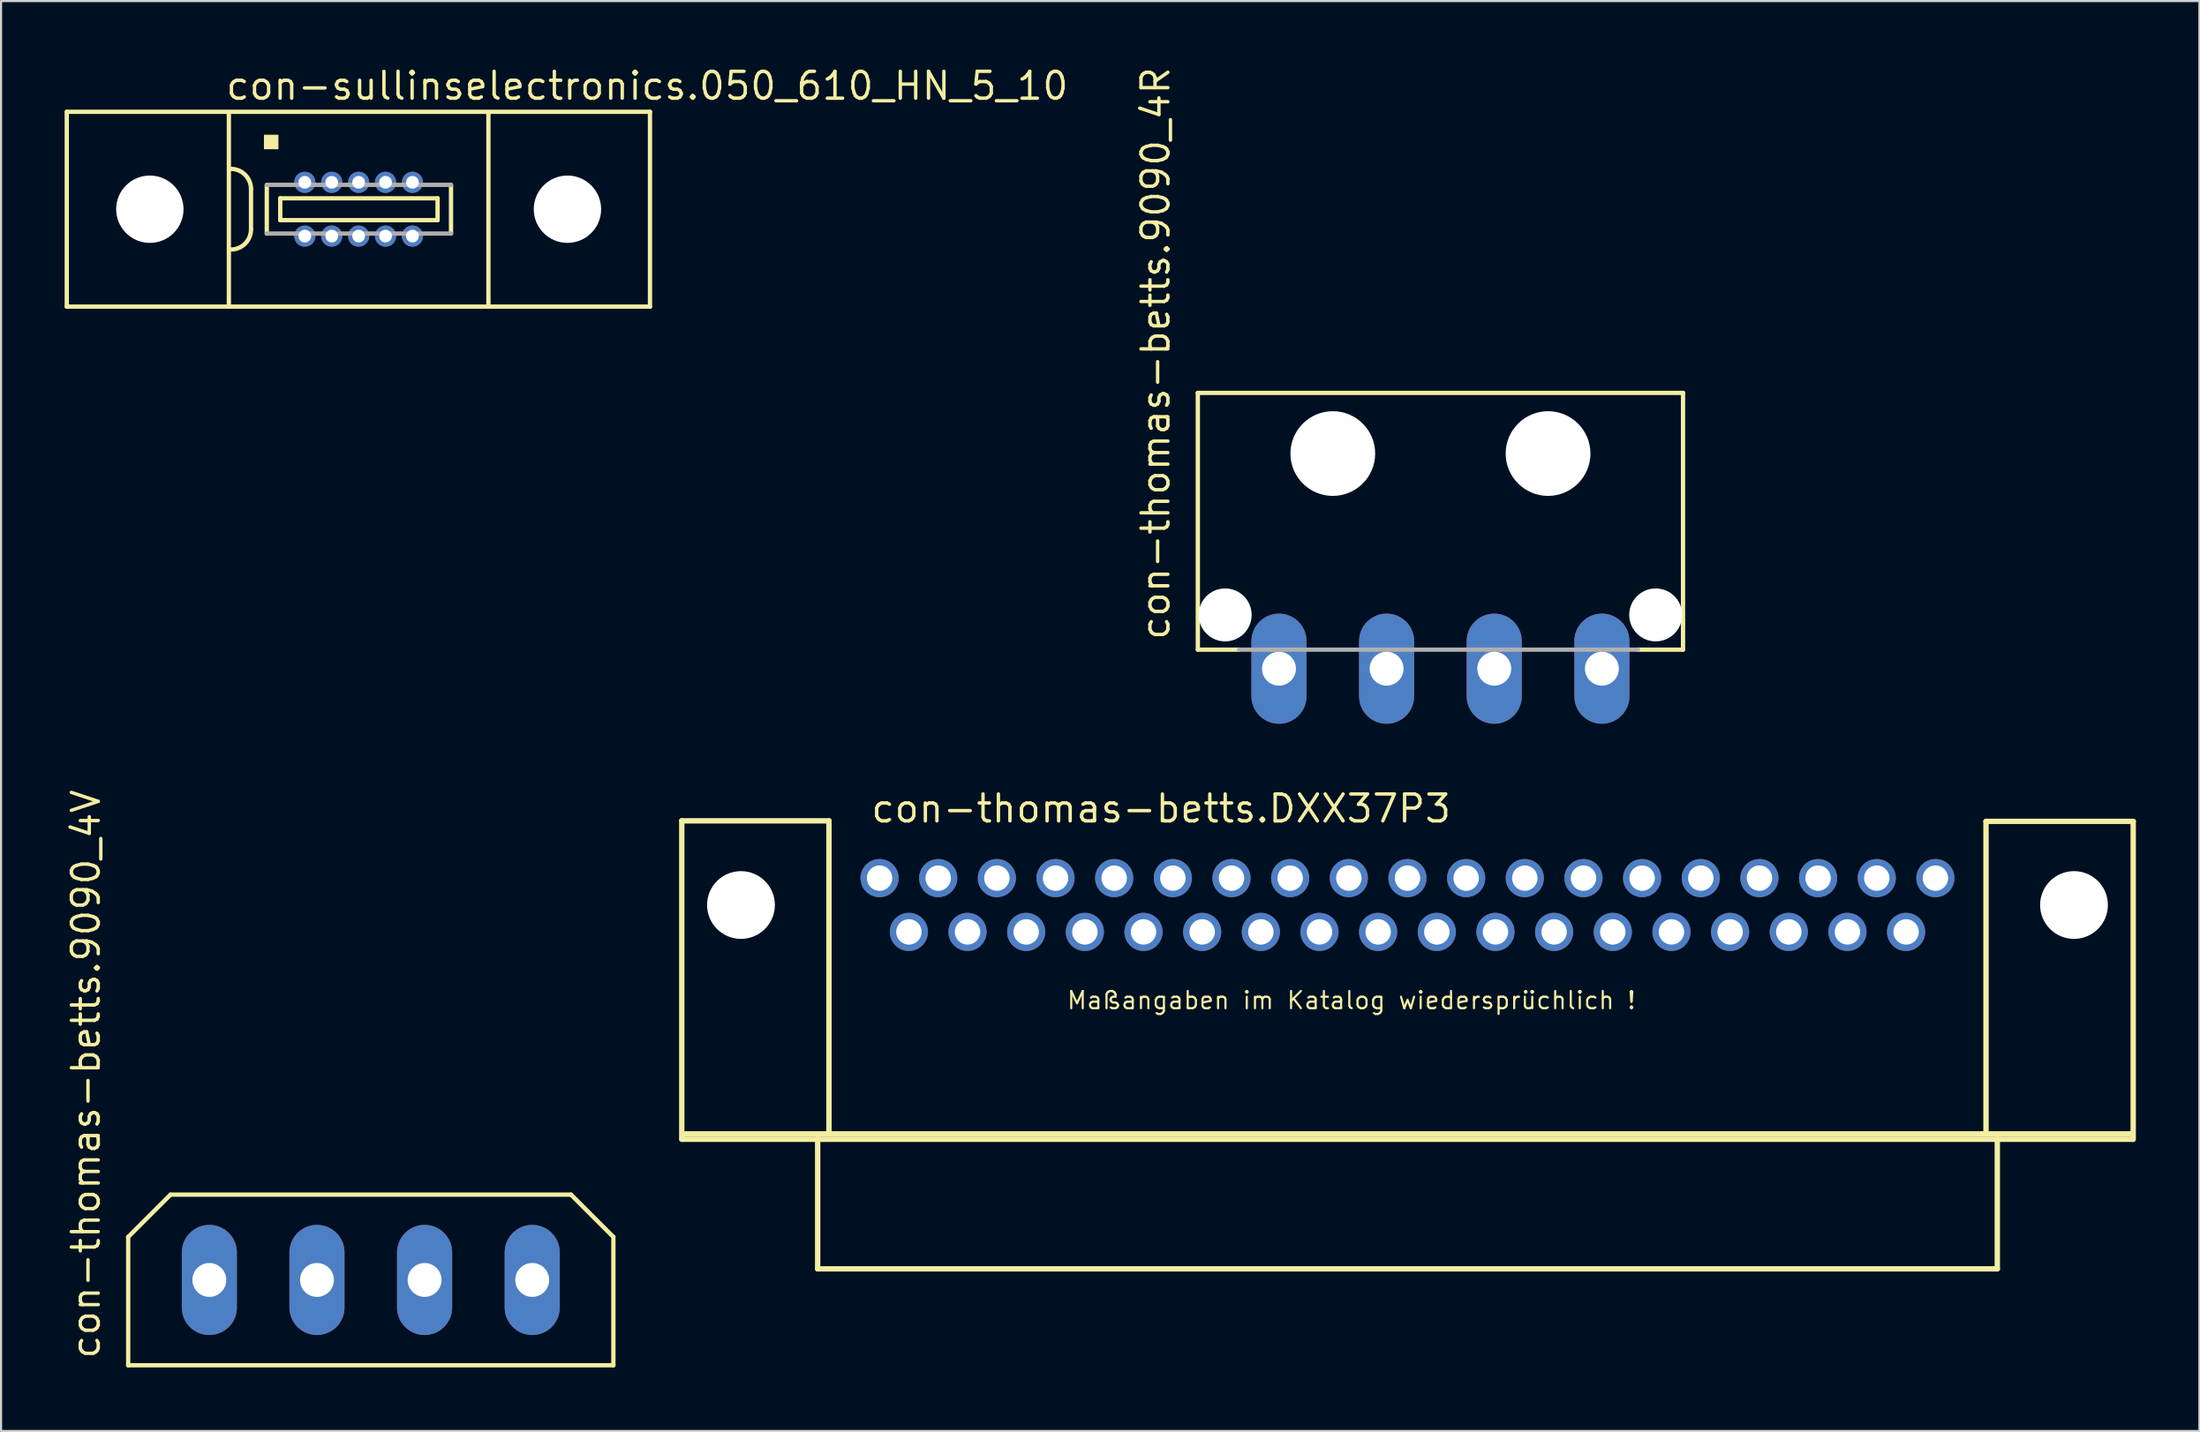
<source format=kicad_pcb>
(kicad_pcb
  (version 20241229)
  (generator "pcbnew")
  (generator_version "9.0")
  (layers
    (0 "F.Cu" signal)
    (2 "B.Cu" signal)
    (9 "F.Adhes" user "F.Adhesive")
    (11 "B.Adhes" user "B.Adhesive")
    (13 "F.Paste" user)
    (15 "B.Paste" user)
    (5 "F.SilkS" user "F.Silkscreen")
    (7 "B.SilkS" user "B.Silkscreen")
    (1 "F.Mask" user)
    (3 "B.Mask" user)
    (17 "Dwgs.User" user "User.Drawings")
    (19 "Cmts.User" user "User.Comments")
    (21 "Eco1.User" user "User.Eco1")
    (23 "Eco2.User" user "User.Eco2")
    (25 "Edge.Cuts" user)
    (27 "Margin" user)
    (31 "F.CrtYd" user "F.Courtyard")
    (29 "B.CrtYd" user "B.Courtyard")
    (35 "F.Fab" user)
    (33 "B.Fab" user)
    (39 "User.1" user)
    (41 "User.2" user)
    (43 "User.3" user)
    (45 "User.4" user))
  (footprint "con-sullinselectronics.050_610_HN_5_10"
    (layer "F.Cu")
    (at 13.877 6.83)
    (property "Reference" "con-sullinselectronics.050_610_HN_5_10" (at -6.35 -5.08 0) (layer "F.SilkS") (effects (font (size 1.27 1.27) (thickness 0.16)) (justify left bottom)))
    (attr through_hole)
    (fp_line (start -13.775 -4.6) (end -13.775 4.6) (stroke (width 0.203) (type default)) (layer "F.SilkS"))
    (fp_line (start -13.775 4.6) (end 13.75 4.6) (stroke (width 0.203) (type default)) (layer "F.SilkS"))
    (fp_line (start -6.125 -4.55) (end -6.125 4.55) (stroke (width 0.203) (type default)) (layer "F.SilkS"))
    (fp_line (start -5.08 -0.953) (end -5.08 0.953) (stroke (width 0.203) (type default)) (layer "F.SilkS"))
    (fp_line (start -4.335 -1.15) (end -4.335 1.15) (stroke (width 0.203) (type default)) (layer "F.SilkS"))
    (fp_line (start -3.7 -0.515) (end -3.7 0.515) (stroke (width 0.203) (type default)) (layer "F.SilkS"))
    (fp_line (start -3.7 0.515) (end 3.725 0.515) (stroke (width 0.203) (type default)) (layer "F.SilkS"))
    (fp_line (start 3.725 -0.515) (end -3.7 -0.515) (stroke (width 0.203) (type default)) (layer "F.SilkS"))
    (fp_line (start 3.725 0.515) (end 3.725 -0.515) (stroke (width 0.203) (type default)) (layer "F.SilkS"))
    (fp_line (start 4.36 1.15) (end 4.36 -1.15) (stroke (width 0.203) (type default)) (layer "F.SilkS"))
    (fp_line (start 6.125 4.55) (end 6.125 -4.55) (stroke (width 0.203) (type default)) (layer "F.SilkS"))
    (fp_line (start 13.75 -4.6) (end -13.775 -4.6) (stroke (width 0.203) (type default)) (layer "F.SilkS"))
    (fp_line (start 13.75 4.6) (end 13.75 -4.6) (stroke (width 0.203) (type default)) (layer "F.SilkS"))
    (fp_rect (start -4.445 -2.857) (end -3.81 -3.493) (stroke (width 0.05) (type default)) (fill yes) (layer "F.SilkS"))
    (fp_arc (start -6.0325 -1.905) (mid -5.358981 -1.626019) (end -5.08 -0.9525) (stroke (width 0.2032) (type default)) (layer "F.SilkS"))
    (fp_arc (start -5.08 0.9525) (mid -5.35901 1.62599) (end -6.0325 1.905) (stroke (width 0.2032) (type default)) (layer "F.SilkS"))
    (fp_line (start -4.335 1.15) (end 4.36 1.15) (stroke (width 0.203) (type default)) (layer "F.Fab"))
    (fp_line (start 4.36 -1.15) (end -4.335 -1.15) (stroke (width 0.203) (type default)) (layer "F.Fab"))
    (pad "" np_thru_hole circle (at -9.855 0) (size 3.18 3.18) (drill 3.18) (layers "*.Cu" "*.Mask"))
    (pad "" np_thru_hole circle (at 9.855 0) (size 3.18 3.18) (drill 3.18) (layers "*.Cu" "*.Mask"))
    (pad "1" thru_hole circle (at -2.54 -1.27) (size 1 1) (drill 0.6) (layers "*.Cu" "*.Mask"))
    (pad "2" thru_hole circle (at -1.27 -1.27) (size 1 1) (drill 0.6) (layers "*.Cu" "*.Mask"))
    (pad "3" thru_hole circle (at 0 -1.27) (size 1 1) (drill 0.6) (layers "*.Cu" "*.Mask"))
    (pad "4" thru_hole circle (at 1.27 -1.27) (size 1 1) (drill 0.6) (layers "*.Cu" "*.Mask"))
    (pad "5" thru_hole circle (at 2.54 -1.27) (size 1 1) (drill 0.6) (layers "*.Cu" "*.Mask"))
    (pad "6" thru_hole circle (at -2.54 1.27 180) (size 1 1) (drill 0.6) (layers "*.Cu" "*.Mask"))
    (pad "7" thru_hole circle (at -1.27 1.27 180) (size 1 1) (drill 0.6) (layers "*.Cu" "*.Mask"))
    (pad "8" thru_hole circle (at 0 1.27 180) (size 1 1) (drill 0.6) (layers "*.Cu" "*.Mask"))
    (pad "9" thru_hole circle (at 1.27 1.27 180) (size 1 1) (drill 0.6) (layers "*.Cu" "*.Mask"))
    (pad "10" thru_hole circle (at 2.54 1.27 180) (size 1 1) (drill 0.6) (layers "*.Cu" "*.Mask")))
  (footprint "con-thomas-betts.9090_4V"
    (layer "F.Cu")
    (at 14.45 57.396)
    (property "Reference" "con-thomas-betts.9090_4V" (at -12.7 3.81 90) (layer "F.SilkS") (effects (font (size 1.27 1.27) (thickness 0.16)) (justify left bottom)))
    (attr through_hole)
    (fp_line (start -11.45 -2.03) (end -9.45 -4.03) (stroke (width 0.203) (type default)) (layer "F.SilkS"))
    (fp_line (start -11.45 4.03) (end -11.45 -2.03) (stroke (width 0.203) (type default)) (layer "F.SilkS"))
    (fp_line (start -9.45 -4.03) (end 9.45 -4.03) (stroke (width 0.203) (type default)) (layer "F.SilkS"))
    (fp_line (start 9.45 -4.03) (end 11.45 -2.03) (stroke (width 0.203) (type default)) (layer "F.SilkS"))
    (fp_line (start 11.45 -2.03) (end 11.45 4.03) (stroke (width 0.203) (type default)) (layer "F.SilkS"))
    (fp_line (start 11.45 4.03) (end -11.45 4.03) (stroke (width 0.203) (type default)) (layer "F.SilkS"))
    (pad "1" thru_hole oval (at -7.62 0 90) (size 5.2 2.6) (drill 1.6) (layers "*.Cu" "*.Mask"))
    (pad "2" thru_hole oval (at -2.54 0 90) (size 5.2 2.6) (drill 1.6) (layers "*.Cu" "*.Mask"))
    (pad "3" thru_hole oval (at 2.54 0 90) (size 5.2 2.6) (drill 1.6) (layers "*.Cu" "*.Mask"))
    (pad "4" thru_hole oval (at 7.62 0 90) (size 5.2 2.6) (drill 1.6) (layers "*.Cu" "*.Mask")))
  (footprint "con-thomas-betts.DXX37P3"
    (layer "F.Cu")
    (at 63.38 39.689)
    (property "Reference" "con-thomas-betts.DXX37P3" (at -25.4 -3.81 0) (layer "F.SilkS") (effects (font (size 1.27 1.27) (thickness 0.16)) (justify left bottom)))
    (attr through_hole)
    (fp_line (start -34.252 -3.975) (end -27.305 -3.975) (stroke (width 0.254) (type default)) (layer "F.SilkS"))
    (fp_line (start -34.252 11.062) (end -34.252 -3.975) (stroke (width 0.254) (type default)) (layer "F.SilkS"))
    (fp_line (start -34.214 10.808) (end 34.239 10.808) (stroke (width 0.254) (type default)) (layer "F.SilkS"))
    (fp_line (start -27.838 11.062) (end -34.239 11.062) (stroke (width 0.254) (type default)) (layer "F.SilkS"))
    (fp_line (start -27.838 11.062) (end 27.838 11.062) (stroke (width 0.254) (type default)) (layer "F.SilkS"))
    (fp_line (start -27.838 17.183) (end -27.838 11.062) (stroke (width 0.254) (type default)) (layer "F.SilkS"))
    (fp_line (start -27.305 -3.975) (end -27.305 10.668) (stroke (width 0.254) (type default)) (layer "F.SilkS"))
    (fp_line (start 27.305 -3.95) (end 27.305 10.668) (stroke (width 0.254) (type default)) (layer "F.SilkS"))
    (fp_line (start 27.838 11.062) (end 27.838 17.183) (stroke (width 0.254) (type default)) (layer "F.SilkS"))
    (fp_line (start 27.838 17.183) (end -27.838 17.183) (stroke (width 0.254) (type default)) (layer "F.SilkS"))
    (fp_line (start 34.239 11.062) (end 27.838 11.062) (stroke (width 0.254) (type default)) (layer "F.SilkS"))
    (fp_line (start 34.252 -3.95) (end 27.305 -3.95) (stroke (width 0.254) (type default)) (layer "F.SilkS"))
    (fp_line (start 34.252 -3.95) (end 34.252 11.062) (stroke (width 0.254) (type default)) (layer "F.SilkS"))
    (fp_text user "Maßangaben im Katalog wiedersprüchlich !" (at -16.129 4.978 0) (layer "F.SilkS") (effects (font (size 0.813 0.813) (thickness 0.1)) (justify left bottom)))
    (pad "" np_thru_hole circle (at -31.458 0) (size 3.2 3.2) (drill 3.2) (layers "*.Cu" "*.Mask"))
    (pad "" np_thru_hole circle (at 31.458 0) (size 3.2 3.2) (drill 3.2) (layers "*.Cu" "*.Mask"))
    (pad "1" thru_hole circle (at -24.917 -1.27) (size 1.8 1.8) (drill 1.2) (layers "*.Cu" "*.Mask"))
    (pad "2" thru_hole circle (at -22.149 -1.27) (size 1.8 1.8) (drill 1.2) (layers "*.Cu" "*.Mask"))
    (pad "3" thru_hole circle (at -19.38 -1.27) (size 1.8 1.8) (drill 1.2) (layers "*.Cu" "*.Mask"))
    (pad "4" thru_hole circle (at -16.612 -1.27) (size 1.8 1.8) (drill 1.2) (layers "*.Cu" "*.Mask"))
    (pad "5" thru_hole circle (at -13.843 -1.27) (size 1.8 1.8) (drill 1.2) (layers "*.Cu" "*.Mask"))
    (pad "6" thru_hole circle (at -11.074 -1.27) (size 1.8 1.8) (drill 1.2) (layers "*.Cu" "*.Mask"))
    (pad "7" thru_hole circle (at -8.306 -1.27) (size 1.8 1.8) (drill 1.2) (layers "*.Cu" "*.Mask"))
    (pad "8" thru_hole circle (at -5.537 -1.27) (size 1.8 1.8) (drill 1.2) (layers "*.Cu" "*.Mask"))
    (pad "9" thru_hole circle (at -2.769 -1.27) (size 1.8 1.8) (drill 1.2) (layers "*.Cu" "*.Mask"))
    (pad "10" thru_hole circle (at 0 -1.27) (size 1.8 1.8) (drill 1.2) (layers "*.Cu" "*.Mask"))
    (pad "11" thru_hole circle (at 2.769 -1.27) (size 1.8 1.8) (drill 1.2) (layers "*.Cu" "*.Mask"))
    (pad "12" thru_hole circle (at 5.537 -1.27) (size 1.8 1.8) (drill 1.2) (layers "*.Cu" "*.Mask"))
    (pad "13" thru_hole circle (at 8.306 -1.27) (size 1.8 1.8) (drill 1.2) (layers "*.Cu" "*.Mask"))
    (pad "14" thru_hole circle (at 11.074 -1.27) (size 1.8 1.8) (drill 1.2) (layers "*.Cu" "*.Mask"))
    (pad "15" thru_hole circle (at 13.843 -1.27) (size 1.8 1.8) (drill 1.2) (layers "*.Cu" "*.Mask"))
    (pad "16" thru_hole circle (at 16.612 -1.27) (size 1.8 1.8) (drill 1.2) (layers "*.Cu" "*.Mask"))
    (pad "17" thru_hole circle (at 19.38 -1.27) (size 1.8 1.8) (drill 1.2) (layers "*.Cu" "*.Mask"))
    (pad "18" thru_hole circle (at 22.149 -1.27) (size 1.8 1.8) (drill 1.2) (layers "*.Cu" "*.Mask"))
    (pad "19" thru_hole circle (at 24.917 -1.27) (size 1.8 1.8) (drill 1.2) (layers "*.Cu" "*.Mask"))
    (pad "20" thru_hole circle (at -23.533 1.27) (size 1.8 1.8) (drill 1.2) (layers "*.Cu" "*.Mask"))
    (pad "21" thru_hole circle (at -20.765 1.27) (size 1.8 1.8) (drill 1.2) (layers "*.Cu" "*.Mask"))
    (pad "22" thru_hole circle (at -17.996 1.27) (size 1.8 1.8) (drill 1.2) (layers "*.Cu" "*.Mask"))
    (pad "23" thru_hole circle (at -15.227 1.27) (size 1.8 1.8) (drill 1.2) (layers "*.Cu" "*.Mask"))
    (pad "24" thru_hole circle (at -12.459 1.27) (size 1.8 1.8) (drill 1.2) (layers "*.Cu" "*.Mask"))
    (pad "25" thru_hole circle (at -9.69 1.27) (size 1.8 1.8) (drill 1.2) (layers "*.Cu" "*.Mask"))
    (pad "26" thru_hole circle (at -6.921 1.27) (size 1.8 1.8) (drill 1.2) (layers "*.Cu" "*.Mask"))
    (pad "27" thru_hole circle (at -4.153 1.27) (size 1.8 1.8) (drill 1.2) (layers "*.Cu" "*.Mask"))
    (pad "28" thru_hole circle (at -1.384 1.27) (size 1.8 1.8) (drill 1.2) (layers "*.Cu" "*.Mask"))
    (pad "29" thru_hole circle (at 1.384 1.27) (size 1.8 1.8) (drill 1.2) (layers "*.Cu" "*.Mask"))
    (pad "30" thru_hole circle (at 4.153 1.27) (size 1.8 1.8) (drill 1.2) (layers "*.Cu" "*.Mask"))
    (pad "31" thru_hole circle (at 6.921 1.27) (size 1.8 1.8) (drill 1.2) (layers "*.Cu" "*.Mask"))
    (pad "32" thru_hole circle (at 9.69 1.27) (size 1.8 1.8) (drill 1.2) (layers "*.Cu" "*.Mask"))
    (pad "33" thru_hole circle (at 12.459 1.27) (size 1.8 1.8) (drill 1.2) (layers "*.Cu" "*.Mask"))
    (pad "34" thru_hole circle (at 15.227 1.27) (size 1.8 1.8) (drill 1.2) (layers "*.Cu" "*.Mask"))
    (pad "35" thru_hole circle (at 17.996 1.27) (size 1.8 1.8) (drill 1.2) (layers "*.Cu" "*.Mask"))
    (pad "36" thru_hole circle (at 20.765 1.27) (size 1.8 1.8) (drill 1.2) (layers "*.Cu" "*.Mask"))
    (pad "37" thru_hole circle (at 23.533 1.27) (size 1.8 1.8) (drill 1.2) (layers "*.Cu" "*.Mask")))
  (footprint "con-thomas-betts.9090_4R"
    (layer "F.Cu")
    (at 64.935 22.179)
    (property "Reference" "con-thomas-betts.9090_4R" (at -12.7 5.08 90) (layer "F.SilkS") (effects (font (size 1.27 1.27) (thickness 0.16)) (justify left bottom)))
    (attr through_hole)
    (fp_line (start -11.45 -6.675) (end 11.45 -6.675) (stroke (width 0.203) (type default)) (layer "F.SilkS"))
    (fp_line (start -11.45 5.45) (end -11.45 -6.675) (stroke (width 0.203) (type default)) (layer "F.SilkS"))
    (fp_line (start -9.5 5.45) (end -11.45 5.45) (stroke (width 0.203) (type default)) (layer "F.SilkS"))
    (fp_line (start 11.45 -6.675) (end 11.45 5.45) (stroke (width 0.203) (type default)) (layer "F.SilkS"))
    (fp_line (start 11.45 5.45) (end 9.325 5.45) (stroke (width 0.203) (type default)) (layer "F.SilkS"))
    (fp_line (start 9.325 5.45) (end -9.5 5.45) (stroke (width 0.203) (type default)) (layer "F.Fab"))
    (pad "" np_thru_hole circle (at -10.16 3.81) (size 2.5 2.5) (drill 2.5) (layers "*.Cu" "*.Mask"))
    (pad "" np_thru_hole circle (at -5.08 -3.81) (size 4 4) (drill 4) (layers "*.Cu" "*.Mask"))
    (pad "" np_thru_hole circle (at 5.08 -3.81) (size 4 4) (drill 4) (layers "*.Cu" "*.Mask"))
    (pad "" np_thru_hole circle (at 10.16 3.81) (size 2.5 2.5) (drill 2.5) (layers "*.Cu" "*.Mask"))
    (pad "1" thru_hole oval (at -7.62 6.35 90) (size 5.2 2.6) (drill 1.6) (layers "*.Cu" "*.Mask"))
    (pad "2" thru_hole oval (at -2.54 6.35 90) (size 5.2 2.6) (drill 1.6) (layers "*.Cu" "*.Mask"))
    (pad "3" thru_hole oval (at 2.54 6.35 90) (size 5.2 2.6) (drill 1.6) (layers "*.Cu" "*.Mask"))
    (pad "4" thru_hole oval (at 7.62 6.35 90) (size 5.2 2.6) (drill 1.6) (layers "*.Cu" "*.Mask")))
  (gr_rect
    (start -3 -3)
    (end 100.759 64.528)
    (stroke (width 0.1) (type default))
    (fill no)
    (layer "Edge.Cuts")))
</source>
